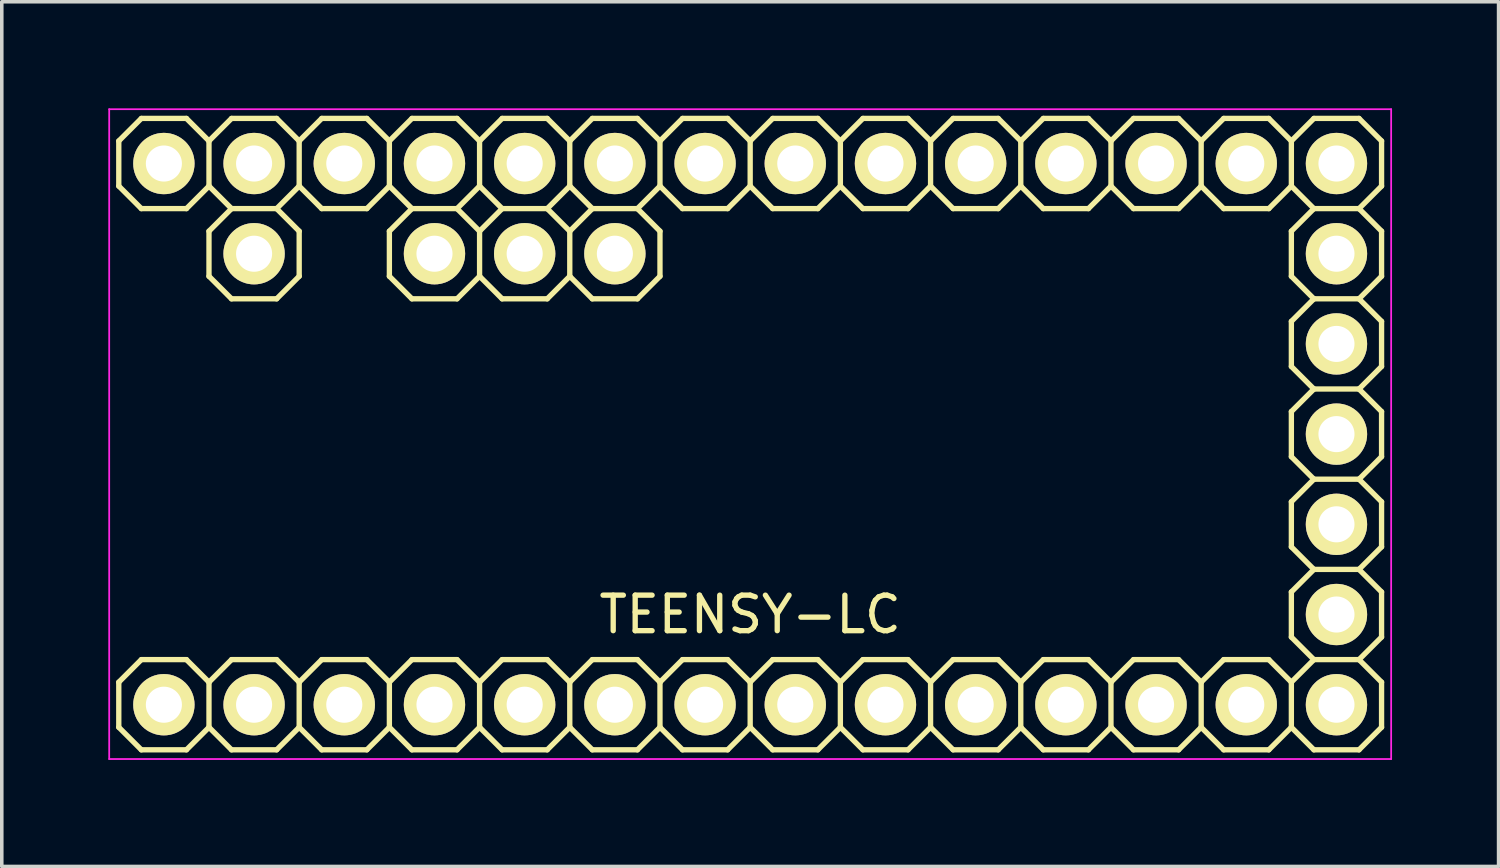
<source format=kicad_pcb>
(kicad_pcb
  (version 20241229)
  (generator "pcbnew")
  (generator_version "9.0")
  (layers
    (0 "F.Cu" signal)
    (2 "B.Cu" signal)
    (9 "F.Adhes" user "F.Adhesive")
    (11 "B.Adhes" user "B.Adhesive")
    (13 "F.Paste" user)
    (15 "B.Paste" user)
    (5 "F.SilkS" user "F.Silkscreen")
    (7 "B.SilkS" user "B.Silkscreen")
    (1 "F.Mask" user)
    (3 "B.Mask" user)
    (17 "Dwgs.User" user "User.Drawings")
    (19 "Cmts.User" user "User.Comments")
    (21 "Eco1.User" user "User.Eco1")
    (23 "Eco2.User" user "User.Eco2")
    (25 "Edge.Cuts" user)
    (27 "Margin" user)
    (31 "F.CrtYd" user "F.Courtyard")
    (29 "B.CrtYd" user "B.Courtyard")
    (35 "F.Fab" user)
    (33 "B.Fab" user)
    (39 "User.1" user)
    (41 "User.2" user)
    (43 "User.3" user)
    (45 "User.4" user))
  (footprint "TEENSY-LC"
    (layer "F.Cu")
    (at 18.075 9.175)
    (property "Reference" "TEENSY-LC" (at 0 5.08 0) (layer "F.SilkS") (effects (font (size 1 1) (thickness 0.15))))
    (attr through_hole)
    (fp_line (start -17.78 -8.255) (end -17.78 -6.985) (stroke (width 0.15) (type solid)) (layer "F.SilkS"))
    (fp_line (start -17.78 -6.985) (end -17.145 -6.35) (stroke (width 0.15) (type solid)) (layer "F.SilkS"))
    (fp_line (start -17.78 6.985) (end -17.78 8.255) (stroke (width 0.15) (type solid)) (layer "F.SilkS"))
    (fp_line (start -17.78 8.255) (end -17.145 8.89) (stroke (width 0.15) (type solid)) (layer "F.SilkS"))
    (fp_line (start -17.145 -8.89) (end -17.78 -8.255) (stroke (width 0.15) (type solid)) (layer "F.SilkS"))
    (fp_line (start -17.145 -6.35) (end -15.875 -6.35) (stroke (width 0.15) (type solid)) (layer "F.SilkS"))
    (fp_line (start -17.145 6.35) (end -17.78 6.985) (stroke (width 0.15) (type solid)) (layer "F.SilkS"))
    (fp_line (start -17.145 8.89) (end -15.875 8.89) (stroke (width 0.15) (type solid)) (layer "F.SilkS"))
    (fp_line (start -15.875 -8.89) (end -17.145 -8.89) (stroke (width 0.15) (type solid)) (layer "F.SilkS"))
    (fp_line (start -15.875 -6.35) (end -15.24 -6.985) (stroke (width 0.15) (type solid)) (layer "F.SilkS"))
    (fp_line (start -15.875 6.35) (end -17.145 6.35) (stroke (width 0.15) (type solid)) (layer "F.SilkS"))
    (fp_line (start -15.875 8.89) (end -15.24 8.255) (stroke (width 0.15) (type solid)) (layer "F.SilkS"))
    (fp_line (start -15.24 -8.255) (end -15.875 -8.89) (stroke (width 0.15) (type solid)) (layer "F.SilkS"))
    (fp_line (start -15.24 -8.255) (end -15.24 -6.985) (stroke (width 0.15) (type solid)) (layer "F.SilkS"))
    (fp_line (start -15.24 -6.985) (end -14.605 -6.35) (stroke (width 0.15) (type solid)) (layer "F.SilkS"))
    (fp_line (start -15.24 -5.715) (end -15.24 -4.445) (stroke (width 0.15) (type solid)) (layer "F.SilkS"))
    (fp_line (start -15.24 -4.445) (end -14.605 -3.81) (stroke (width 0.15) (type solid)) (layer "F.SilkS"))
    (fp_line (start -15.24 6.985) (end -15.875 6.35) (stroke (width 0.15) (type solid)) (layer "F.SilkS"))
    (fp_line (start -15.24 6.985) (end -15.24 8.255) (stroke (width 0.15) (type solid)) (layer "F.SilkS"))
    (fp_line (start -15.24 6.985) (end -14.605 6.35) (stroke (width 0.15) (type solid)) (layer "F.SilkS"))
    (fp_line (start -14.605 -8.89) (end -15.24 -8.255) (stroke (width 0.15) (type solid)) (layer "F.SilkS"))
    (fp_line (start -14.605 -6.35) (end -15.24 -5.715) (stroke (width 0.15) (type solid)) (layer "F.SilkS"))
    (fp_line (start -14.605 -3.81) (end -13.335 -3.81) (stroke (width 0.15) (type solid)) (layer "F.SilkS"))
    (fp_line (start -14.605 6.35) (end -13.335 6.35) (stroke (width 0.15) (type solid)) (layer "F.SilkS"))
    (fp_line (start -14.605 8.89) (end -15.24 8.255) (stroke (width 0.15) (type solid)) (layer "F.SilkS"))
    (fp_line (start -13.335 -8.89) (end -14.605 -8.89) (stroke (width 0.15) (type solid)) (layer "F.SilkS"))
    (fp_line (start -13.335 -6.35) (end -14.605 -6.35) (stroke (width 0.15) (type solid)) (layer "F.SilkS"))
    (fp_line (start -13.335 -6.35) (end -12.7 -6.985) (stroke (width 0.15) (type solid)) (layer "F.SilkS"))
    (fp_line (start -13.335 -3.81) (end -12.7 -4.445) (stroke (width 0.15) (type solid)) (layer "F.SilkS"))
    (fp_line (start -13.335 6.35) (end -12.7 6.985) (stroke (width 0.15) (type solid)) (layer "F.SilkS"))
    (fp_line (start -13.335 8.89) (end -14.605 8.89) (stroke (width 0.15) (type solid)) (layer "F.SilkS"))
    (fp_line (start -12.7 -8.255) (end -13.335 -8.89) (stroke (width 0.15) (type solid)) (layer "F.SilkS"))
    (fp_line (start -12.7 -8.255) (end -12.7 -6.985) (stroke (width 0.15) (type solid)) (layer "F.SilkS"))
    (fp_line (start -12.7 -6.985) (end -12.065 -6.35) (stroke (width 0.15) (type solid)) (layer "F.SilkS"))
    (fp_line (start -12.7 -5.715) (end -13.335 -6.35) (stroke (width 0.15) (type solid)) (layer "F.SilkS"))
    (fp_line (start -12.7 -4.445) (end -12.7 -5.715) (stroke (width 0.15) (type solid)) (layer "F.SilkS"))
    (fp_line (start -12.7 6.985) (end -12.7 8.255) (stroke (width 0.15) (type solid)) (layer "F.SilkS"))
    (fp_line (start -12.7 6.985) (end -12.065 6.35) (stroke (width 0.15) (type solid)) (layer "F.SilkS"))
    (fp_line (start -12.7 8.255) (end -13.335 8.89) (stroke (width 0.15) (type solid)) (layer "F.SilkS"))
    (fp_line (start -12.065 -8.89) (end -12.7 -8.255) (stroke (width 0.15) (type solid)) (layer "F.SilkS"))
    (fp_line (start -12.065 -6.35) (end -10.795 -6.35) (stroke (width 0.15) (type solid)) (layer "F.SilkS"))
    (fp_line (start -12.065 6.35) (end -10.795 6.35) (stroke (width 0.15) (type solid)) (layer "F.SilkS"))
    (fp_line (start -12.065 8.89) (end -12.7 8.255) (stroke (width 0.15) (type solid)) (layer "F.SilkS"))
    (fp_line (start -10.795 -8.89) (end -12.065 -8.89) (stroke (width 0.15) (type solid)) (layer "F.SilkS"))
    (fp_line (start -10.795 -6.35) (end -10.16 -6.985) (stroke (width 0.15) (type solid)) (layer "F.SilkS"))
    (fp_line (start -10.795 6.35) (end -10.16 6.985) (stroke (width 0.15) (type solid)) (layer "F.SilkS"))
    (fp_line (start -10.795 8.89) (end -12.065 8.89) (stroke (width 0.15) (type solid)) (layer "F.SilkS"))
    (fp_line (start -10.16 -8.255) (end -10.795 -8.89) (stroke (width 0.15) (type solid)) (layer "F.SilkS"))
    (fp_line (start -10.16 -8.255) (end -10.16 -6.985) (stroke (width 0.15) (type solid)) (layer "F.SilkS"))
    (fp_line (start -10.16 -6.985) (end -9.525 -6.35) (stroke (width 0.15) (type solid)) (layer "F.SilkS"))
    (fp_line (start -10.16 -5.715) (end -10.16 -4.445) (stroke (width 0.15) (type solid)) (layer "F.SilkS"))
    (fp_line (start -10.16 -4.445) (end -9.525 -3.81) (stroke (width 0.15) (type solid)) (layer "F.SilkS"))
    (fp_line (start -10.16 6.985) (end -10.16 8.255) (stroke (width 0.15) (type solid)) (layer "F.SilkS"))
    (fp_line (start -10.16 6.985) (end -9.525 6.35) (stroke (width 0.15) (type solid)) (layer "F.SilkS"))
    (fp_line (start -10.16 8.255) (end -10.795 8.89) (stroke (width 0.15) (type solid)) (layer "F.SilkS"))
    (fp_line (start -9.525 -8.89) (end -10.16 -8.255) (stroke (width 0.15) (type solid)) (layer "F.SilkS"))
    (fp_line (start -9.525 -6.35) (end -10.16 -5.715) (stroke (width 0.15) (type solid)) (layer "F.SilkS"))
    (fp_line (start -9.525 -6.35) (end -8.255 -6.35) (stroke (width 0.15) (type solid)) (layer "F.SilkS"))
    (fp_line (start -9.525 -3.81) (end -8.255 -3.81) (stroke (width 0.15) (type solid)) (layer "F.SilkS"))
    (fp_line (start -9.525 6.35) (end -8.255 6.35) (stroke (width 0.15) (type solid)) (layer "F.SilkS"))
    (fp_line (start -9.525 8.89) (end -10.16 8.255) (stroke (width 0.15) (type solid)) (layer "F.SilkS"))
    (fp_line (start -8.255 -8.89) (end -9.525 -8.89) (stroke (width 0.15) (type solid)) (layer "F.SilkS"))
    (fp_line (start -8.255 -6.35) (end -7.62 -6.985) (stroke (width 0.15) (type solid)) (layer "F.SilkS"))
    (fp_line (start -8.255 -3.81) (end -7.62 -4.445) (stroke (width 0.15) (type solid)) (layer "F.SilkS"))
    (fp_line (start -8.255 6.35) (end -7.62 6.985) (stroke (width 0.15) (type solid)) (layer "F.SilkS"))
    (fp_line (start -8.255 8.89) (end -9.525 8.89) (stroke (width 0.15) (type solid)) (layer "F.SilkS"))
    (fp_line (start -7.62 -8.255) (end -8.255 -8.89) (stroke (width 0.15) (type solid)) (layer "F.SilkS"))
    (fp_line (start -7.62 -8.255) (end -6.985 -8.89) (stroke (width 0.15) (type solid)) (layer "F.SilkS"))
    (fp_line (start -7.62 -6.985) (end -7.62 -8.255) (stroke (width 0.15) (type solid)) (layer "F.SilkS"))
    (fp_line (start -7.62 -6.985) (end -6.985 -6.35) (stroke (width 0.15) (type solid)) (layer "F.SilkS"))
    (fp_line (start -7.62 -5.715) (end -8.255 -6.35) (stroke (width 0.15) (type solid)) (layer "F.SilkS"))
    (fp_line (start -7.62 -5.715) (end -7.62 -4.445) (stroke (width 0.15) (type solid)) (layer "F.SilkS"))
    (fp_line (start -7.62 -4.445) (end -6.985 -3.81) (stroke (width 0.15) (type solid)) (layer "F.SilkS"))
    (fp_line (start -7.62 6.985) (end -7.62 8.255) (stroke (width 0.15) (type solid)) (layer "F.SilkS"))
    (fp_line (start -7.62 6.985) (end -6.985 6.35) (stroke (width 0.15) (type solid)) (layer "F.SilkS"))
    (fp_line (start -7.62 8.255) (end -8.255 8.89) (stroke (width 0.15) (type solid)) (layer "F.SilkS"))
    (fp_line (start -6.985 -8.89) (end -5.715 -8.89) (stroke (width 0.15) (type solid)) (layer "F.SilkS"))
    (fp_line (start -6.985 -6.35) (end -7.62 -5.715) (stroke (width 0.15) (type solid)) (layer "F.SilkS"))
    (fp_line (start -6.985 -3.81) (end -5.715 -3.81) (stroke (width 0.15) (type solid)) (layer "F.SilkS"))
    (fp_line (start -6.985 6.35) (end -5.715 6.35) (stroke (width 0.15) (type solid)) (layer "F.SilkS"))
    (fp_line (start -6.985 8.89) (end -7.62 8.255) (stroke (width 0.15) (type solid)) (layer "F.SilkS"))
    (fp_line (start -5.715 -8.89) (end -5.08 -8.255) (stroke (width 0.15) (type solid)) (layer "F.SilkS"))
    (fp_line (start -5.715 -6.35) (end -6.985 -6.35) (stroke (width 0.15) (type solid)) (layer "F.SilkS"))
    (fp_line (start -5.715 -3.81) (end -5.08 -4.445) (stroke (width 0.15) (type solid)) (layer "F.SilkS"))
    (fp_line (start -5.715 6.35) (end -5.08 6.985) (stroke (width 0.15) (type solid)) (layer "F.SilkS"))
    (fp_line (start -5.715 8.89) (end -6.985 8.89) (stroke (width 0.15) (type solid)) (layer "F.SilkS"))
    (fp_line (start -5.08 -8.255) (end -5.08 -6.985) (stroke (width 0.15) (type solid)) (layer "F.SilkS"))
    (fp_line (start -5.08 -8.255) (end -4.445 -8.89) (stroke (width 0.15) (type solid)) (layer "F.SilkS"))
    (fp_line (start -5.08 -6.985) (end -5.715 -6.35) (stroke (width 0.15) (type solid)) (layer "F.SilkS"))
    (fp_line (start -5.08 -6.985) (end -4.445 -6.35) (stroke (width 0.15) (type solid)) (layer "F.SilkS"))
    (fp_line (start -5.08 -5.715) (end -5.715 -6.35) (stroke (width 0.15) (type solid)) (layer "F.SilkS"))
    (fp_line (start -5.08 -5.715) (end -5.08 -4.445) (stroke (width 0.15) (type solid)) (layer "F.SilkS"))
    (fp_line (start -5.08 -4.445) (end -4.445 -3.81) (stroke (width 0.15) (type solid)) (layer "F.SilkS"))
    (fp_line (start -5.08 6.985) (end -5.08 8.255) (stroke (width 0.15) (type solid)) (layer "F.SilkS"))
    (fp_line (start -5.08 6.985) (end -4.445 6.35) (stroke (width 0.15) (type solid)) (layer "F.SilkS"))
    (fp_line (start -5.08 8.255) (end -5.715 8.89) (stroke (width 0.15) (type solid)) (layer "F.SilkS"))
    (fp_line (start -4.445 -8.89) (end -3.175 -8.89) (stroke (width 0.15) (type solid)) (layer "F.SilkS"))
    (fp_line (start -4.445 -6.35) (end -5.08 -5.715) (stroke (width 0.15) (type solid)) (layer "F.SilkS"))
    (fp_line (start -4.445 -3.81) (end -3.175 -3.81) (stroke (width 0.15) (type solid)) (layer "F.SilkS"))
    (fp_line (start -4.445 6.35) (end -3.175 6.35) (stroke (width 0.15) (type solid)) (layer "F.SilkS"))
    (fp_line (start -4.445 8.89) (end -5.08 8.255) (stroke (width 0.15) (type solid)) (layer "F.SilkS"))
    (fp_line (start -3.175 -8.89) (end -2.54 -8.255) (stroke (width 0.15) (type solid)) (layer "F.SilkS"))
    (fp_line (start -3.175 -6.35) (end -4.445 -6.35) (stroke (width 0.15) (type solid)) (layer "F.SilkS"))
    (fp_line (start -3.175 -3.81) (end -2.54 -4.445) (stroke (width 0.15) (type solid)) (layer "F.SilkS"))
    (fp_line (start -3.175 6.35) (end -2.54 6.985) (stroke (width 0.15) (type solid)) (layer "F.SilkS"))
    (fp_line (start -3.175 8.89) (end -4.445 8.89) (stroke (width 0.15) (type solid)) (layer "F.SilkS"))
    (fp_line (start -2.54 -8.255) (end -2.54 -6.985) (stroke (width 0.15) (type solid)) (layer "F.SilkS"))
    (fp_line (start -2.54 -6.985) (end -3.175 -6.35) (stroke (width 0.15) (type solid)) (layer "F.SilkS"))
    (fp_line (start -2.54 -6.985) (end -1.905 -6.35) (stroke (width 0.15) (type solid)) (layer "F.SilkS"))
    (fp_line (start -2.54 -5.715) (end -3.175 -6.35) (stroke (width 0.15) (type solid)) (layer "F.SilkS"))
    (fp_line (start -2.54 -4.445) (end -2.54 -5.715) (stroke (width 0.15) (type solid)) (layer "F.SilkS"))
    (fp_line (start -2.54 6.985) (end -2.54 8.255) (stroke (width 0.15) (type solid)) (layer "F.SilkS"))
    (fp_line (start -2.54 6.985) (end -1.905 6.35) (stroke (width 0.15) (type solid)) (layer "F.SilkS"))
    (fp_line (start -2.54 8.255) (end -3.175 8.89) (stroke (width 0.15) (type solid)) (layer "F.SilkS"))
    (fp_line (start -1.905 -8.89) (end -2.54 -8.255) (stroke (width 0.15) (type solid)) (layer "F.SilkS"))
    (fp_line (start -1.905 -6.35) (end -0.635 -6.35) (stroke (width 0.15) (type solid)) (layer "F.SilkS"))
    (fp_line (start -1.905 6.35) (end -0.635 6.35) (stroke (width 0.15) (type solid)) (layer "F.SilkS"))
    (fp_line (start -1.905 8.89) (end -2.54 8.255) (stroke (width 0.15) (type solid)) (layer "F.SilkS"))
    (fp_line (start -0.635 -8.89) (end -1.905 -8.89) (stroke (width 0.15) (type solid)) (layer "F.SilkS"))
    (fp_line (start -0.635 -6.35) (end 0 -6.985) (stroke (width 0.15) (type solid)) (layer "F.SilkS"))
    (fp_line (start -0.635 6.35) (end 0 6.985) (stroke (width 0.15) (type solid)) (layer "F.SilkS"))
    (fp_line (start -0.635 8.89) (end -1.905 8.89) (stroke (width 0.15) (type solid)) (layer "F.SilkS"))
    (fp_line (start 0 -8.255) (end -0.635 -8.89) (stroke (width 0.15) (type solid)) (layer "F.SilkS"))
    (fp_line (start 0 -8.255) (end 0.635 -8.89) (stroke (width 0.15) (type solid)) (layer "F.SilkS"))
    (fp_line (start 0 -6.985) (end 0 -8.255) (stroke (width 0.15) (type solid)) (layer "F.SilkS"))
    (fp_line (start 0 6.985) (end 0 8.255) (stroke (width 0.15) (type solid)) (layer "F.SilkS"))
    (fp_line (start 0 6.985) (end 0.635 6.35) (stroke (width 0.15) (type solid)) (layer "F.SilkS"))
    (fp_line (start 0 8.255) (end -0.635 8.89) (stroke (width 0.15) (type solid)) (layer "F.SilkS"))
    (fp_line (start 0.635 -8.89) (end 1.905 -8.89) (stroke (width 0.15) (type solid)) (layer "F.SilkS"))
    (fp_line (start 0.635 -6.35) (end 0 -6.985) (stroke (width 0.15) (type solid)) (layer "F.SilkS"))
    (fp_line (start 0.635 6.35) (end 1.905 6.35) (stroke (width 0.15) (type solid)) (layer "F.SilkS"))
    (fp_line (start 0.635 8.89) (end 0 8.255) (stroke (width 0.15) (type solid)) (layer "F.SilkS"))
    (fp_line (start 1.905 -8.89) (end 2.54 -8.255) (stroke (width 0.15) (type solid)) (layer "F.SilkS"))
    (fp_line (start 1.905 -6.35) (end 0.635 -6.35) (stroke (width 0.15) (type solid)) (layer "F.SilkS"))
    (fp_line (start 1.905 6.35) (end 2.54 6.985) (stroke (width 0.15) (type solid)) (layer "F.SilkS"))
    (fp_line (start 1.905 8.89) (end 0.635 8.89) (stroke (width 0.15) (type solid)) (layer "F.SilkS"))
    (fp_line (start 2.54 -8.255) (end 2.54 -6.985) (stroke (width 0.15) (type solid)) (layer "F.SilkS"))
    (fp_line (start 2.54 -8.255) (end 3.175 -8.89) (stroke (width 0.15) (type solid)) (layer "F.SilkS"))
    (fp_line (start 2.54 -6.985) (end 1.905 -6.35) (stroke (width 0.15) (type solid)) (layer "F.SilkS"))
    (fp_line (start 2.54 6.985) (end 2.54 8.255) (stroke (width 0.15) (type solid)) (layer "F.SilkS"))
    (fp_line (start 2.54 6.985) (end 3.175 6.35) (stroke (width 0.15) (type solid)) (layer "F.SilkS"))
    (fp_line (start 2.54 8.255) (end 1.905 8.89) (stroke (width 0.15) (type solid)) (layer "F.SilkS"))
    (fp_line (start 3.175 -8.89) (end 4.445 -8.89) (stroke (width 0.15) (type solid)) (layer "F.SilkS"))
    (fp_line (start 3.175 -6.35) (end 2.54 -6.985) (stroke (width 0.15) (type solid)) (layer "F.SilkS"))
    (fp_line (start 3.175 6.35) (end 4.445 6.35) (stroke (width 0.15) (type solid)) (layer "F.SilkS"))
    (fp_line (start 3.175 8.89) (end 2.54 8.255) (stroke (width 0.15) (type solid)) (layer "F.SilkS"))
    (fp_line (start 4.445 -8.89) (end 5.08 -8.255) (stroke (width 0.15) (type solid)) (layer "F.SilkS"))
    (fp_line (start 4.445 -6.35) (end 3.175 -6.35) (stroke (width 0.15) (type solid)) (layer "F.SilkS"))
    (fp_line (start 4.445 6.35) (end 5.08 6.985) (stroke (width 0.15) (type solid)) (layer "F.SilkS"))
    (fp_line (start 4.445 8.89) (end 3.175 8.89) (stroke (width 0.15) (type solid)) (layer "F.SilkS"))
    (fp_line (start 5.08 -8.255) (end 5.08 -6.985) (stroke (width 0.15) (type solid)) (layer "F.SilkS"))
    (fp_line (start 5.08 -6.985) (end 4.445 -6.35) (stroke (width 0.15) (type solid)) (layer "F.SilkS"))
    (fp_line (start 5.08 -6.985) (end 5.715 -6.35) (stroke (width 0.15) (type solid)) (layer "F.SilkS"))
    (fp_line (start 5.08 6.985) (end 5.08 8.255) (stroke (width 0.15) (type solid)) (layer "F.SilkS"))
    (fp_line (start 5.08 6.985) (end 5.715 6.35) (stroke (width 0.15) (type solid)) (layer "F.SilkS"))
    (fp_line (start 5.08 8.255) (end 4.445 8.89) (stroke (width 0.15) (type solid)) (layer "F.SilkS"))
    (fp_line (start 5.715 -8.89) (end 5.08 -8.255) (stroke (width 0.15) (type solid)) (layer "F.SilkS"))
    (fp_line (start 5.715 -6.35) (end 6.985 -6.35) (stroke (width 0.15) (type solid)) (layer "F.SilkS"))
    (fp_line (start 5.715 6.35) (end 6.985 6.35) (stroke (width 0.15) (type solid)) (layer "F.SilkS"))
    (fp_line (start 5.715 8.89) (end 5.08 8.255) (stroke (width 0.15) (type solid)) (layer "F.SilkS"))
    (fp_line (start 6.985 -8.89) (end 5.715 -8.89) (stroke (width 0.15) (type solid)) (layer "F.SilkS"))
    (fp_line (start 6.985 -6.35) (end 7.62 -6.985) (stroke (width 0.15) (type solid)) (layer "F.SilkS"))
    (fp_line (start 6.985 6.35) (end 7.62 6.985) (stroke (width 0.15) (type solid)) (layer "F.SilkS"))
    (fp_line (start 6.985 8.89) (end 5.715 8.89) (stroke (width 0.15) (type solid)) (layer "F.SilkS"))
    (fp_line (start 7.62 -8.255) (end 6.985 -8.89) (stroke (width 0.15) (type solid)) (layer "F.SilkS"))
    (fp_line (start 7.62 -8.255) (end 8.255 -8.89) (stroke (width 0.15) (type solid)) (layer "F.SilkS"))
    (fp_line (start 7.62 -6.985) (end 7.62 -8.255) (stroke (width 0.15) (type solid)) (layer "F.SilkS"))
    (fp_line (start 7.62 6.985) (end 7.62 8.255) (stroke (width 0.15) (type solid)) (layer "F.SilkS"))
    (fp_line (start 7.62 6.985) (end 8.255 6.35) (stroke (width 0.15) (type solid)) (layer "F.SilkS"))
    (fp_line (start 7.62 8.255) (end 6.985 8.89) (stroke (width 0.15) (type solid)) (layer "F.SilkS"))
    (fp_line (start 7.62 8.255) (end 8.255 8.89) (stroke (width 0.15) (type solid)) (layer "F.SilkS"))
    (fp_line (start 8.255 -8.89) (end 9.525 -8.89) (stroke (width 0.15) (type solid)) (layer "F.SilkS"))
    (fp_line (start 8.255 -6.35) (end 7.62 -6.985) (stroke (width 0.15) (type solid)) (layer "F.SilkS"))
    (fp_line (start 8.255 6.35) (end 9.525 6.35) (stroke (width 0.15) (type solid)) (layer "F.SilkS"))
    (fp_line (start 8.255 8.89) (end 9.525 8.89) (stroke (width 0.15) (type solid)) (layer "F.SilkS"))
    (fp_line (start 9.525 -8.89) (end 10.16 -8.255) (stroke (width 0.15) (type solid)) (layer "F.SilkS"))
    (fp_line (start 9.525 -6.35) (end 8.255 -6.35) (stroke (width 0.15) (type solid)) (layer "F.SilkS"))
    (fp_line (start 9.525 6.35) (end 10.16 6.985) (stroke (width 0.15) (type solid)) (layer "F.SilkS"))
    (fp_line (start 9.525 8.89) (end 10.16 8.255) (stroke (width 0.15) (type solid)) (layer "F.SilkS"))
    (fp_line (start 10.16 -8.255) (end 10.16 -6.985) (stroke (width 0.15) (type solid)) (layer "F.SilkS"))
    (fp_line (start 10.16 -6.985) (end 9.525 -6.35) (stroke (width 0.15) (type solid)) (layer "F.SilkS"))
    (fp_line (start 10.16 -6.985) (end 10.795 -6.35) (stroke (width 0.15) (type solid)) (layer "F.SilkS"))
    (fp_line (start 10.16 6.985) (end 10.16 8.255) (stroke (width 0.15) (type solid)) (layer "F.SilkS"))
    (fp_line (start 10.16 6.985) (end 10.795 6.35) (stroke (width 0.15) (type solid)) (layer "F.SilkS"))
    (fp_line (start 10.16 8.255) (end 10.795 8.89) (stroke (width 0.15) (type solid)) (layer "F.SilkS"))
    (fp_line (start 10.795 -8.89) (end 10.16 -8.255) (stroke (width 0.15) (type solid)) (layer "F.SilkS"))
    (fp_line (start 10.795 -6.35) (end 12.065 -6.35) (stroke (width 0.15) (type solid)) (layer "F.SilkS"))
    (fp_line (start 10.795 6.35) (end 12.065 6.35) (stroke (width 0.15) (type solid)) (layer "F.SilkS"))
    (fp_line (start 10.795 8.89) (end 12.065 8.89) (stroke (width 0.15) (type solid)) (layer "F.SilkS"))
    (fp_line (start 12.065 -8.89) (end 10.795 -8.89) (stroke (width 0.15) (type solid)) (layer "F.SilkS"))
    (fp_line (start 12.065 -6.35) (end 12.7 -6.985) (stroke (width 0.15) (type solid)) (layer "F.SilkS"))
    (fp_line (start 12.065 6.35) (end 12.7 6.985) (stroke (width 0.15) (type solid)) (layer "F.SilkS"))
    (fp_line (start 12.065 8.89) (end 12.7 8.255) (stroke (width 0.15) (type solid)) (layer "F.SilkS"))
    (fp_line (start 12.7 -8.255) (end 12.065 -8.89) (stroke (width 0.15) (type solid)) (layer "F.SilkS"))
    (fp_line (start 12.7 -8.255) (end 13.335 -8.89) (stroke (width 0.15) (type solid)) (layer "F.SilkS"))
    (fp_line (start 12.7 -6.985) (end 12.7 -8.255) (stroke (width 0.15) (type solid)) (layer "F.SilkS"))
    (fp_line (start 12.7 6.985) (end 12.7 8.255) (stroke (width 0.15) (type solid)) (layer "F.SilkS"))
    (fp_line (start 12.7 6.985) (end 13.335 6.35) (stroke (width 0.15) (type solid)) (layer "F.SilkS"))
    (fp_line (start 12.7 8.255) (end 13.335 8.89) (stroke (width 0.15) (type solid)) (layer "F.SilkS"))
    (fp_line (start 13.335 -8.89) (end 14.605 -8.89) (stroke (width 0.15) (type solid)) (layer "F.SilkS"))
    (fp_line (start 13.335 -6.35) (end 12.7 -6.985) (stroke (width 0.15) (type solid)) (layer "F.SilkS"))
    (fp_line (start 13.335 6.35) (end 14.605 6.35) (stroke (width 0.15) (type solid)) (layer "F.SilkS"))
    (fp_line (start 13.335 8.89) (end 14.605 8.89) (stroke (width 0.15) (type solid)) (layer "F.SilkS"))
    (fp_line (start 14.605 -8.89) (end 15.24 -8.255) (stroke (width 0.15) (type solid)) (layer "F.SilkS"))
    (fp_line (start 14.605 -6.35) (end 13.335 -6.35) (stroke (width 0.15) (type solid)) (layer "F.SilkS"))
    (fp_line (start 14.605 6.35) (end 15.24 6.985) (stroke (width 0.15) (type solid)) (layer "F.SilkS"))
    (fp_line (start 14.605 8.89) (end 15.24 8.255) (stroke (width 0.15) (type solid)) (layer "F.SilkS"))
    (fp_line (start 15.24 -8.255) (end 15.24 -6.985) (stroke (width 0.15) (type solid)) (layer "F.SilkS"))
    (fp_line (start 15.24 -8.255) (end 15.875 -8.89) (stroke (width 0.15) (type solid)) (layer "F.SilkS"))
    (fp_line (start 15.24 -6.985) (end 14.605 -6.35) (stroke (width 0.15) (type solid)) (layer "F.SilkS"))
    (fp_line (start 15.24 -6.985) (end 15.875 -6.35) (stroke (width 0.15) (type solid)) (layer "F.SilkS"))
    (fp_line (start 15.24 -5.715) (end 15.875 -6.35) (stroke (width 0.15) (type solid)) (layer "F.SilkS"))
    (fp_line (start 15.24 -4.445) (end 15.24 -5.715) (stroke (width 0.15) (type solid)) (layer "F.SilkS"))
    (fp_line (start 15.24 -3.175) (end 15.875 -3.81) (stroke (width 0.15) (type solid)) (layer "F.SilkS"))
    (fp_line (start 15.24 -1.905) (end 15.24 -3.175) (stroke (width 0.15) (type solid)) (layer "F.SilkS"))
    (fp_line (start 15.24 -0.635) (end 15.875 -1.27) (stroke (width 0.15) (type solid)) (layer "F.SilkS"))
    (fp_line (start 15.24 0.635) (end 15.24 -0.635) (stroke (width 0.15) (type solid)) (layer "F.SilkS"))
    (fp_line (start 15.24 1.905) (end 15.24 3.175) (stroke (width 0.15) (type solid)) (layer "F.SilkS"))
    (fp_line (start 15.24 1.905) (end 15.875 1.27) (stroke (width 0.15) (type solid)) (layer "F.SilkS"))
    (fp_line (start 15.24 3.175) (end 15.875 3.81) (stroke (width 0.15) (type solid)) (layer "F.SilkS"))
    (fp_line (start 15.24 4.445) (end 15.875 3.81) (stroke (width 0.15) (type solid)) (layer "F.SilkS"))
    (fp_line (start 15.24 5.715) (end 15.24 4.445) (stroke (width 0.15) (type solid)) (layer "F.SilkS"))
    (fp_line (start 15.24 6.985) (end 15.24 8.255) (stroke (width 0.15) (type solid)) (layer "F.SilkS"))
    (fp_line (start 15.24 6.985) (end 15.875 6.35) (stroke (width 0.15) (type solid)) (layer "F.SilkS"))
    (fp_line (start 15.24 8.255) (end 15.875 8.89) (stroke (width 0.15) (type solid)) (layer "F.SilkS"))
    (fp_line (start 15.875 -8.89) (end 17.145 -8.89) (stroke (width 0.15) (type solid)) (layer "F.SilkS"))
    (fp_line (start 15.875 -6.35) (end 17.145 -6.35) (stroke (width 0.15) (type solid)) (layer "F.SilkS"))
    (fp_line (start 15.875 -3.81) (end 15.24 -4.445) (stroke (width 0.15) (type solid)) (layer "F.SilkS"))
    (fp_line (start 15.875 -3.81) (end 17.145 -3.81) (stroke (width 0.15) (type solid)) (layer "F.SilkS"))
    (fp_line (start 15.875 -1.27) (end 15.24 -1.905) (stroke (width 0.15) (type solid)) (layer "F.SilkS"))
    (fp_line (start 15.875 -1.27) (end 17.145 -1.27) (stroke (width 0.15) (type solid)) (layer "F.SilkS"))
    (fp_line (start 15.875 1.27) (end 15.24 0.635) (stroke (width 0.15) (type solid)) (layer "F.SilkS"))
    (fp_line (start 15.875 1.27) (end 17.145 1.27) (stroke (width 0.15) (type solid)) (layer "F.SilkS"))
    (fp_line (start 15.875 3.81) (end 17.145 3.81) (stroke (width 0.15) (type solid)) (layer "F.SilkS"))
    (fp_line (start 15.875 6.35) (end 15.24 5.715) (stroke (width 0.15) (type solid)) (layer "F.SilkS"))
    (fp_line (start 15.875 6.35) (end 17.145 6.35) (stroke (width 0.15) (type solid)) (layer "F.SilkS"))
    (fp_line (start 15.875 8.89) (end 17.145 8.89) (stroke (width 0.15) (type solid)) (layer "F.SilkS"))
    (fp_line (start 17.145 -8.89) (end 17.78 -8.255) (stroke (width 0.15) (type solid)) (layer "F.SilkS"))
    (fp_line (start 17.145 -6.35) (end 17.78 -5.715) (stroke (width 0.15) (type solid)) (layer "F.SilkS"))
    (fp_line (start 17.145 -3.81) (end 17.78 -3.175) (stroke (width 0.15) (type solid)) (layer "F.SilkS"))
    (fp_line (start 17.145 -1.27) (end 17.78 -0.635) (stroke (width 0.15) (type solid)) (layer "F.SilkS"))
    (fp_line (start 17.145 1.27) (end 17.78 1.905) (stroke (width 0.15) (type solid)) (layer "F.SilkS"))
    (fp_line (start 17.145 3.81) (end 17.78 4.445) (stroke (width 0.15) (type solid)) (layer "F.SilkS"))
    (fp_line (start 17.145 6.35) (end 17.78 6.985) (stroke (width 0.15) (type solid)) (layer "F.SilkS"))
    (fp_line (start 17.145 8.89) (end 17.78 8.255) (stroke (width 0.15) (type solid)) (layer "F.SilkS"))
    (fp_line (start 17.78 -8.255) (end 17.78 -6.985) (stroke (width 0.15) (type solid)) (layer "F.SilkS"))
    (fp_line (start 17.78 -6.985) (end 17.145 -6.35) (stroke (width 0.15) (type solid)) (layer "F.SilkS"))
    (fp_line (start 17.78 -5.715) (end 17.78 -4.445) (stroke (width 0.15) (type solid)) (layer "F.SilkS"))
    (fp_line (start 17.78 -4.445) (end 17.145 -3.81) (stroke (width 0.15) (type solid)) (layer "F.SilkS"))
    (fp_line (start 17.78 -3.175) (end 17.78 -1.905) (stroke (width 0.15) (type solid)) (layer "F.SilkS"))
    (fp_line (start 17.78 -1.905) (end 17.145 -1.27) (stroke (width 0.15) (type solid)) (layer "F.SilkS"))
    (fp_line (start 17.78 -0.635) (end 17.78 0.635) (stroke (width 0.15) (type solid)) (layer "F.SilkS"))
    (fp_line (start 17.78 0.635) (end 17.145 1.27) (stroke (width 0.15) (type solid)) (layer "F.SilkS"))
    (fp_line (start 17.78 1.905) (end 17.78 3.175) (stroke (width 0.15) (type solid)) (layer "F.SilkS"))
    (fp_line (start 17.78 3.175) (end 17.145 3.81) (stroke (width 0.15) (type solid)) (layer "F.SilkS"))
    (fp_line (start 17.78 4.445) (end 17.78 5.715) (stroke (width 0.15) (type solid)) (layer "F.SilkS"))
    (fp_line (start 17.78 5.715) (end 17.145 6.35) (stroke (width 0.15) (type solid)) (layer "F.SilkS"))
    (fp_line (start 17.78 6.985) (end 17.78 8.255) (stroke (width 0.15) (type solid)) (layer "F.SilkS"))
    (fp_line (start -18.05 -9.15) (end -18.05 9.15) (stroke (width 0.05) (type solid)) (layer "F.CrtYd"))
    (fp_line (start -18.05 9.15) (end 18.05 9.15) (stroke (width 0.05) (type solid)) (layer "F.CrtYd"))
    (fp_line (start 18.05 -9.15) (end -18.05 -9.15) (stroke (width 0.05) (type solid)) (layer "F.CrtYd"))
    (fp_line (start 18.05 -9.15) (end 18.05 9.15) (stroke (width 0.05) (type solid)) (layer "F.CrtYd"))
    (pad "1" thru_hole oval (at -16.51 7.62) (size 1.727 1.727) (drill 1.016) (layers "*.Cu" "*.Mask" "F.SilkS"))
    (pad "2" thru_hole oval (at -13.97 7.62) (size 1.727 1.727) (drill 1.016) (layers "*.Cu" "*.Mask" "F.SilkS"))
    (pad "3" thru_hole oval (at -11.43 7.62) (size 1.727 1.727) (drill 1.016) (layers "*.Cu" "*.Mask" "F.SilkS"))
    (pad "4" thru_hole oval (at -8.89 7.62) (size 1.727 1.727) (drill 1.016) (layers "*.Cu" "*.Mask" "F.SilkS"))
    (pad "5" thru_hole oval (at -6.35 7.62) (size 1.727 1.727) (drill 1.016) (layers "*.Cu" "*.Mask" "F.SilkS"))
    (pad "6" thru_hole oval (at -3.81 7.62) (size 1.727 1.727) (drill 1.016) (layers "*.Cu" "*.Mask" "F.SilkS"))
    (pad "7" thru_hole oval (at -1.27 7.62) (size 1.727 1.727) (drill 1.016) (layers "*.Cu" "*.Mask" "F.SilkS"))
    (pad "8" thru_hole oval (at 1.27 7.62) (size 1.727 1.727) (drill 1.016) (layers "*.Cu" "*.Mask" "F.SilkS"))
    (pad "9" thru_hole oval (at 3.81 7.62) (size 1.727 1.727) (drill 1.016) (layers "*.Cu" "*.Mask" "F.SilkS"))
    (pad "10" thru_hole oval (at 6.35 7.62) (size 1.727 1.727) (drill 1.016) (layers "*.Cu" "*.Mask" "F.SilkS"))
    (pad "11" thru_hole oval (at 8.89 7.62) (size 1.727 1.727) (drill 1.016) (layers "*.Cu" "*.Mask" "F.SilkS"))
    (pad "12" thru_hole oval (at 11.43 7.62) (size 1.727 1.727) (drill 1.016) (layers "*.Cu" "*.Mask" "F.SilkS"))
    (pad "13" thru_hole oval (at 13.97 7.62) (size 1.727 1.727) (drill 1.016) (layers "*.Cu" "*.Mask" "F.SilkS"))
    (pad "14" thru_hole oval (at 16.51 7.62) (size 1.727 1.727) (drill 1.016) (layers "*.Cu" "*.Mask" "F.SilkS"))
    (pad "15" thru_hole oval (at 16.51 5.08) (size 1.727 1.727) (drill 1.016) (layers "*.Cu" "*.Mask" "F.SilkS"))
    (pad "16" thru_hole oval (at 16.51 2.54) (size 1.727 1.727) (drill 1.016) (layers "*.Cu" "*.Mask" "F.SilkS"))
    (pad "17" thru_hole oval (at 16.51 0) (size 1.727 1.727) (drill 1.016) (layers "*.Cu" "*.Mask" "F.SilkS"))
    (pad "18" thru_hole oval (at 16.51 -2.54) (size 1.727 1.727) (drill 1.016) (layers "*.Cu" "*.Mask" "F.SilkS"))
    (pad "19" thru_hole oval (at 16.51 -5.08) (size 1.727 1.727) (drill 1.016) (layers "*.Cu" "*.Mask" "F.SilkS"))
    (pad "20" thru_hole oval (at 16.51 -7.62) (size 1.727 1.727) (drill 1.016) (layers "*.Cu" "*.Mask" "F.SilkS"))
    (pad "21" thru_hole oval (at 13.97 -7.62) (size 1.727 1.727) (drill 1.016) (layers "*.Cu" "*.Mask" "F.SilkS"))
    (pad "22" thru_hole oval (at 11.43 -7.62) (size 1.727 1.727) (drill 1.016) (layers "*.Cu" "*.Mask" "F.SilkS"))
    (pad "23" thru_hole oval (at 8.89 -7.62) (size 1.727 1.727) (drill 1.016) (layers "*.Cu" "*.Mask" "F.SilkS"))
    (pad "24" thru_hole oval (at 6.35 -7.62) (size 1.727 1.727) (drill 1.016) (layers "*.Cu" "*.Mask" "F.SilkS"))
    (pad "25" thru_hole oval (at 3.81 -7.62) (size 1.727 1.727) (drill 1.016) (layers "*.Cu" "*.Mask" "F.SilkS"))
    (pad "26" thru_hole oval (at 1.27 -7.62) (size 1.727 1.727) (drill 1.016) (layers "*.Cu" "*.Mask" "F.SilkS"))
    (pad "27" thru_hole oval (at -1.27 -7.62) (size 1.727 1.727) (drill 1.016) (layers "*.Cu" "*.Mask" "F.SilkS"))
    (pad "28" thru_hole oval (at -3.81 -7.62) (size 1.727 1.727) (drill 1.016) (layers "*.Cu" "*.Mask" "F.SilkS"))
    (pad "29" thru_hole oval (at -6.35 -7.62) (size 1.727 1.727) (drill 1.016) (layers "*.Cu" "*.Mask" "F.SilkS"))
    (pad "30" thru_hole oval (at -8.89 -7.62) (size 1.727 1.727) (drill 1.016) (layers "*.Cu" "*.Mask" "F.SilkS"))
    (pad "31" thru_hole oval (at -11.43 -7.62) (size 1.727 1.727) (drill 1.016) (layers "*.Cu" "*.Mask" "F.SilkS"))
    (pad "32" thru_hole oval (at -13.97 -7.62) (size 1.727 1.727) (drill 1.016) (layers "*.Cu" "*.Mask" "F.SilkS"))
    (pad "33" thru_hole oval (at -16.51 -7.62) (size 1.727 1.727) (drill 1.016) (layers "*.Cu" "*.Mask" "F.SilkS"))
    (pad "34" thru_hole oval (at -13.97 -5.08) (size 1.727 1.727) (drill 1.016) (layers "*.Cu" "*.Mask" "F.SilkS"))
    (pad "35" thru_hole oval (at -8.89 -5.08) (size 1.727 1.727) (drill 1.016) (layers "*.Cu" "*.Mask" "F.SilkS"))
    (pad "36" thru_hole oval (at -6.35 -5.08) (size 1.727 1.727) (drill 1.016) (layers "*.Cu" "*.Mask" "F.SilkS"))
    (pad "37" thru_hole oval (at -3.81 -5.08) (size 1.727 1.727) (drill 1.016) (layers "*.Cu" "*.Mask" "F.SilkS")))
  (gr_rect
    (start -3 -3)
    (end 39.15 21.35)
    (stroke (width 0.1) (type default))
    (fill no)
    (layer "Edge.Cuts")))
</source>
